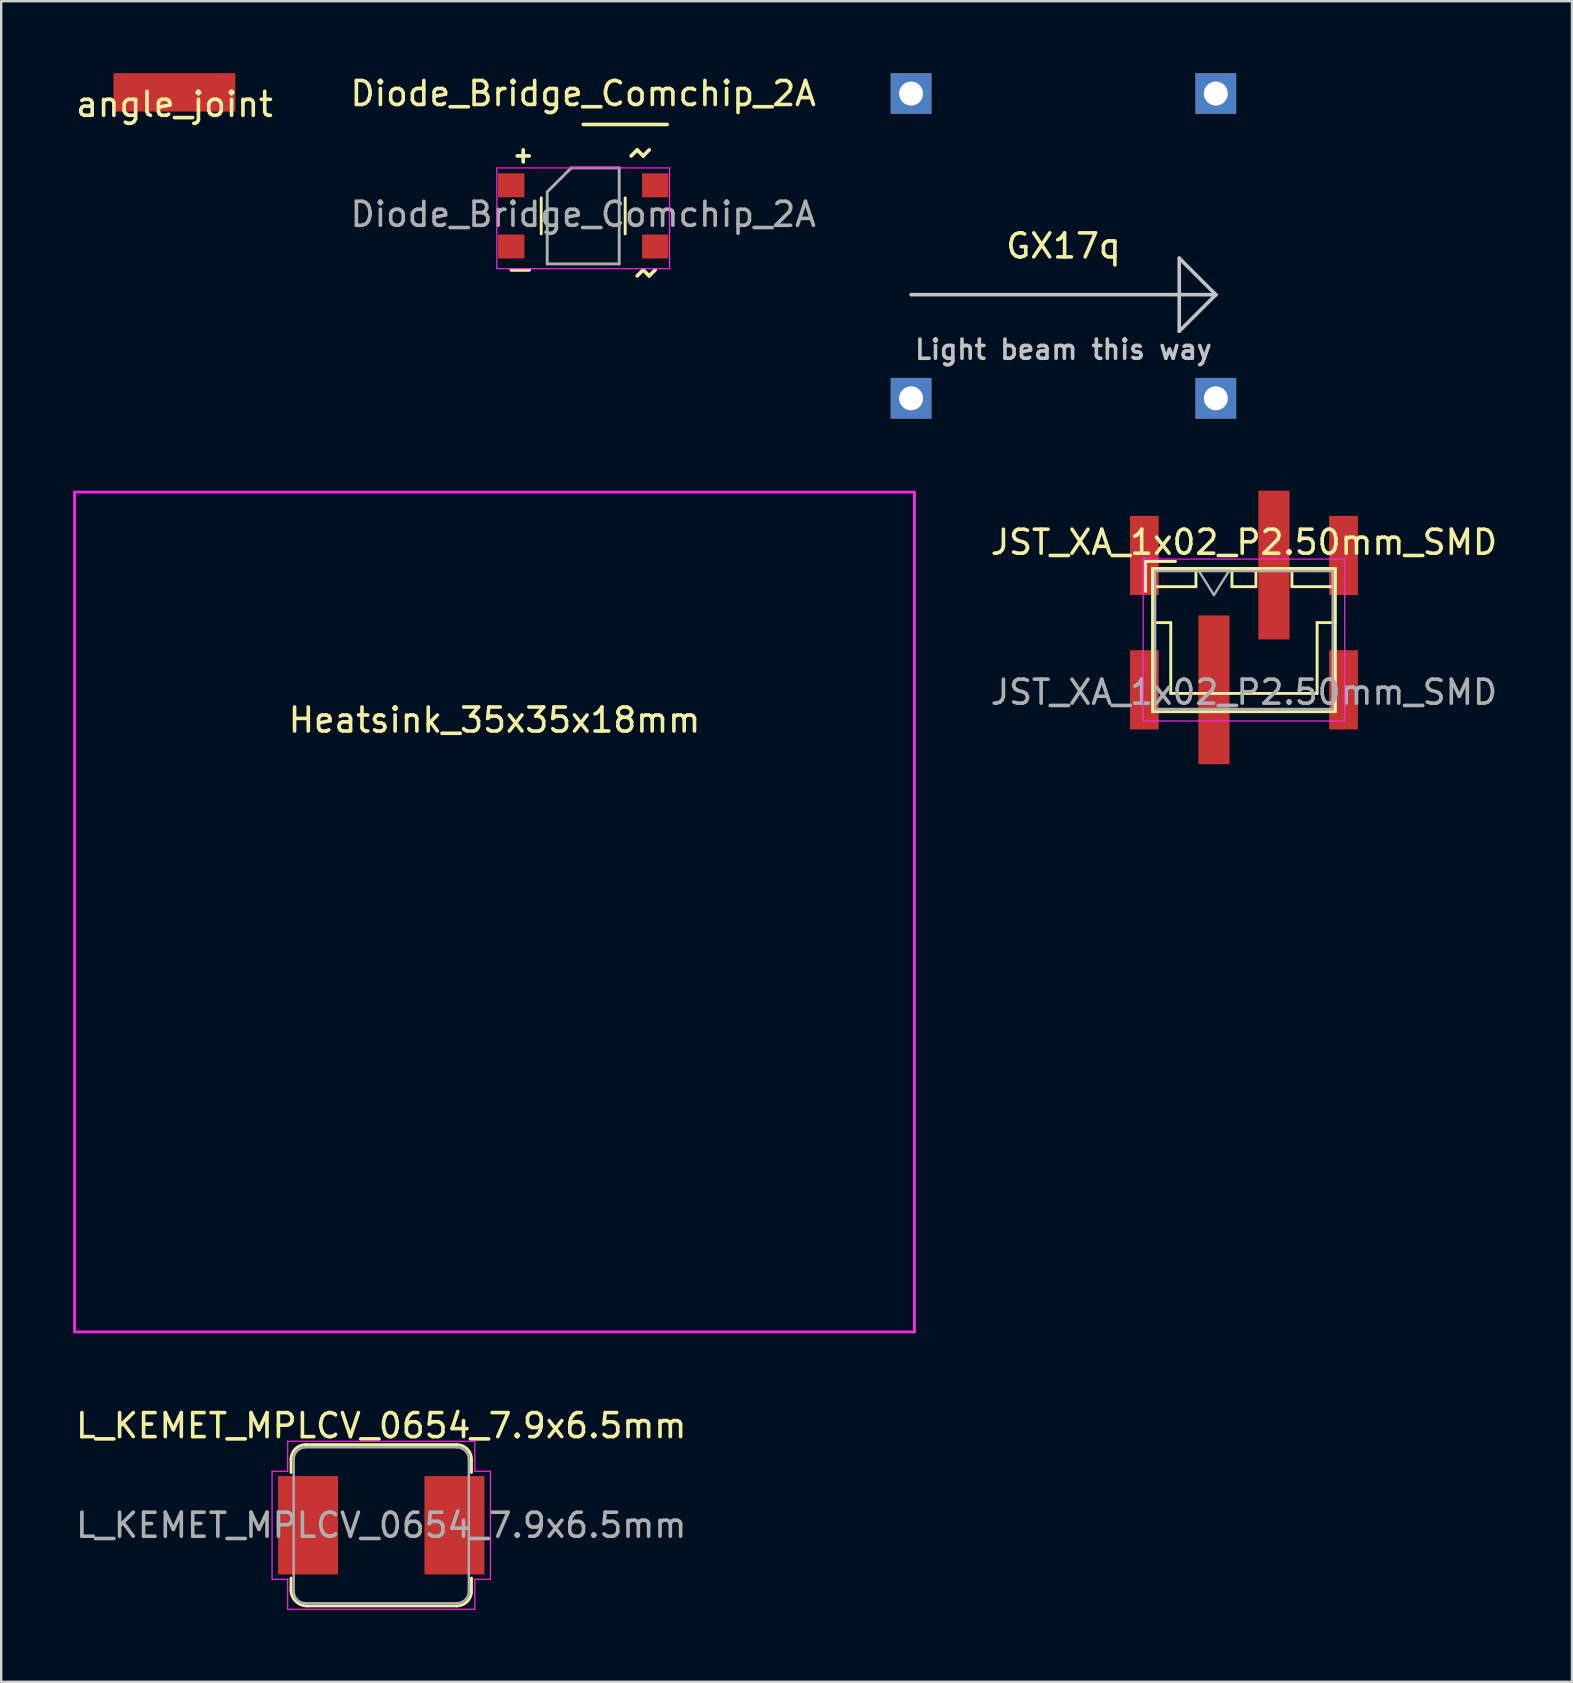
<source format=kicad_pcb>
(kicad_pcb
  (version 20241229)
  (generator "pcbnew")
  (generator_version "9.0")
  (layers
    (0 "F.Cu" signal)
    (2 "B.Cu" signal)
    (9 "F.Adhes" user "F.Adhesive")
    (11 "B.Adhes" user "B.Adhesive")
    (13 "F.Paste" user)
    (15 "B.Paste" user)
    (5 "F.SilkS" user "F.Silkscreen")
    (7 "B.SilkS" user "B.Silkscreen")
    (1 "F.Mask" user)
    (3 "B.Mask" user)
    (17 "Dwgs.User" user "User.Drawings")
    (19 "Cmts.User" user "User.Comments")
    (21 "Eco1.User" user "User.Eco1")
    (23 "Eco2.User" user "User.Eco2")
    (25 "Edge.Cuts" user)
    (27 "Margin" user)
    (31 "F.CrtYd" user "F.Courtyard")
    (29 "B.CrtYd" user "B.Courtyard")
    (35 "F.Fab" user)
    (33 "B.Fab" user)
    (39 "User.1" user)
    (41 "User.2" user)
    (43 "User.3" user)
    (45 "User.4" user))
  (footprint "L_KEMET_MPLCV_0654_7.9x6.5mm"
    (layer "F.Cu")
    (at 12.839 60.518)
    (property "Reference" "L_KEMET_MPLCV_0654_7.9x6.5mm" (at 0 -4.15 0) (layer "F.SilkS") (effects (font (size 1 1) (thickness 0.15))))
    (attr smd)
    (fp_line (start -3.76 -2.2) (end -3.76 -2.75) (stroke (width 0.12) (type solid)) (layer "F.SilkS"))
    (fp_line (start -3.76 2.7) (end -3.76 2.2) (stroke (width 0.12) (type solid)) (layer "F.SilkS"))
    (fp_line (start -3.15 -3.36) (end 3.15 -3.36) (stroke (width 0.12) (type solid)) (layer "F.SilkS"))
    (fp_line (start 3.15 3.36) (end -3.1 3.36) (stroke (width 0.12) (type solid)) (layer "F.SilkS"))
    (fp_line (start 3.76 -2.75) (end 3.76 -2.2) (stroke (width 0.12) (type solid)) (layer "F.SilkS"))
    (fp_line (start 3.76 2.2) (end 3.76 2.75) (stroke (width 0.12) (type solid)) (layer "F.SilkS"))
    (fp_arc (start -3.76 -2.75) (mid -3.581335 -3.181335) (end -3.15 -3.36) (stroke (width 0.12) (type solid)) (layer "F.SilkS"))
    (fp_arc (start -3.1 3.36) (mid -3.56669 3.16669) (end -3.76 2.7) (stroke (width 0.12) (type solid)) (layer "F.SilkS"))
    (fp_arc (start 3.15 -3.36) (mid 3.581335 -3.181335) (end 3.76 -2.75) (stroke (width 0.12) (type solid)) (layer "F.SilkS"))
    (fp_arc (start 3.76 2.75) (mid 3.581335 3.181335) (end 3.15 3.36) (stroke (width 0.12) (type solid)) (layer "F.SilkS"))
    (fp_line (start -4.55 -2.25) (end -3.9 -2.25) (stroke (width 0.05) (type solid)) (layer "F.CrtYd"))
    (fp_line (start -4.55 2.25) (end -4.55 -2.25) (stroke (width 0.05) (type solid)) (layer "F.CrtYd"))
    (fp_line (start -3.9 -3.5) (end 3.9 -3.5) (stroke (width 0.05) (type solid)) (layer "F.CrtYd"))
    (fp_line (start -3.9 -2.25) (end -3.9 -3.5) (stroke (width 0.05) (type solid)) (layer "F.CrtYd"))
    (fp_line (start -3.9 2.25) (end -4.55 2.25) (stroke (width 0.05) (type solid)) (layer "F.CrtYd"))
    (fp_line (start -3.9 3.5) (end -3.9 2.25) (stroke (width 0.05) (type solid)) (layer "F.CrtYd"))
    (fp_line (start 3.9 -3.5) (end 3.9 -2.25) (stroke (width 0.05) (type solid)) (layer "F.CrtYd"))
    (fp_line (start 3.9 -2.25) (end 4.55 -2.25) (stroke (width 0.05) (type solid)) (layer "F.CrtYd"))
    (fp_line (start 3.9 2.25) (end 3.9 3.5) (stroke (width 0.05) (type solid)) (layer "F.CrtYd"))
    (fp_line (start 3.9 3.5) (end -3.9 3.5) (stroke (width 0.05) (type solid)) (layer "F.CrtYd"))
    (fp_line (start 4.55 -2.25) (end 4.55 2.25) (stroke (width 0.05) (type solid)) (layer "F.CrtYd"))
    (fp_line (start 4.55 2.25) (end 3.9 2.25) (stroke (width 0.05) (type solid)) (layer "F.CrtYd"))
    (fp_line (start -3.65 2.75) (end -3.65 -2.75) (stroke (width 0.1) (type solid)) (layer "F.Fab"))
    (fp_line (start -3.15 -3.25) (end 3.15 -3.25) (stroke (width 0.1) (type solid)) (layer "F.Fab"))
    (fp_line (start 3.15 3.25) (end -3.15 3.25) (stroke (width 0.1) (type solid)) (layer "F.Fab"))
    (fp_line (start 3.65 -2.75) (end 3.65 2.75) (stroke (width 0.1) (type solid)) (layer "F.Fab"))
    (fp_arc (start -3.65 -2.75) (mid -3.503553 -3.103553) (end -3.15 -3.25) (stroke (width 0.1) (type solid)) (layer "F.Fab"))
    (fp_arc (start -3.15 3.25) (mid -3.503553 3.103553) (end -3.65 2.75) (stroke (width 0.1) (type solid)) (layer "F.Fab"))
    (fp_arc (start 3.15 -3.25) (mid 3.503553 -3.103553) (end 3.65 -2.75) (stroke (width 0.1) (type solid)) (layer "F.Fab"))
    (fp_arc (start 3.65 2.75) (mid 3.503553 3.103553) (end 3.15 3.25) (stroke (width 0.1) (type solid)) (layer "F.Fab"))
    (fp_text user "${REFERENCE}" (at 0 0 0) (layer "F.Fab") (effects (font (size 1 1) (thickness 0.15))))
    (pad "1" smd rect (at -3.05 0) (size 2.5 4.1) (layers "F.Cu" "F.Mask" "F.Paste"))
    (pad "2" smd rect (at 3.05 0) (size 2.5 4.1) (layers "F.Cu" "F.Mask" "F.Paste")))
  (footprint "JST_XA_1x02_P2.50mm_SMD"
    (layer "F.Cu")
    (at 47.543 23.1)
    (property "Reference" "JST_XA_1x02_P2.50mm_SMD" (at 1.25 -3.55 0) (layer "F.SilkS") (effects (font (size 1 1) (thickness 0.15))))
    (attr smd)
    (fp_line (start -2.85 -2.75) (end -2.85 -1.5) (stroke (width 0.12) (type solid)) (layer "F.SilkS"))
    (fp_line (start -2.56 -2.46) (end -2.56 3.51) (stroke (width 0.12) (type solid)) (layer "F.SilkS"))
    (fp_line (start -2.56 3.51) (end 5.06 3.51) (stroke (width 0.12) (type solid)) (layer "F.SilkS"))
    (fp_line (start -2.55 -2.45) (end -2.55 -1.7) (stroke (width 0.12) (type solid)) (layer "F.SilkS"))
    (fp_line (start -2.55 -1.7) (end -0.75 -1.7) (stroke (width 0.12) (type solid)) (layer "F.SilkS"))
    (fp_line (start -2.55 -0.2) (end -1.8 -0.2) (stroke (width 0.12) (type solid)) (layer "F.SilkS"))
    (fp_line (start -1.8 -0.2) (end -1.8 2.75) (stroke (width 0.12) (type solid)) (layer "F.SilkS"))
    (fp_line (start -1.6 -2.75) (end -2.85 -2.75) (stroke (width 0.12) (type solid)) (layer "F.SilkS"))
    (fp_line (start -0.75 -2.45) (end -2.55 -2.45) (stroke (width 0.12) (type solid)) (layer "F.SilkS"))
    (fp_line (start -0.75 -1.7) (end -0.75 -2.45) (stroke (width 0.12) (type solid)) (layer "F.SilkS"))
    (fp_line (start 0.75 -2.45) (end 0.75 -1.7) (stroke (width 0.12) (type solid)) (layer "F.SilkS"))
    (fp_line (start 0.75 -1.7) (end 1.75 -1.7) (stroke (width 0.12) (type solid)) (layer "F.SilkS"))
    (fp_line (start 1.25 2.75) (end -1.8 2.75) (stroke (width 0.12) (type solid)) (layer "F.SilkS"))
    (fp_line (start 1.75 -2.45) (end 0.75 -2.45) (stroke (width 0.12) (type solid)) (layer "F.SilkS"))
    (fp_line (start 1.75 -1.7) (end 1.75 -2.45) (stroke (width 0.12) (type solid)) (layer "F.SilkS"))
    (fp_line (start 3.25 -2.45) (end 3.25 -1.7) (stroke (width 0.12) (type solid)) (layer "F.SilkS"))
    (fp_line (start 3.25 -1.7) (end 5.05 -1.7) (stroke (width 0.12) (type solid)) (layer "F.SilkS"))
    (fp_line (start 4.3 -0.2) (end 4.3 2.75) (stroke (width 0.12) (type solid)) (layer "F.SilkS"))
    (fp_line (start 4.3 2.75) (end 1.25 2.75) (stroke (width 0.12) (type solid)) (layer "F.SilkS"))
    (fp_line (start 5.05 -2.45) (end 3.25 -2.45) (stroke (width 0.12) (type solid)) (layer "F.SilkS"))
    (fp_line (start 5.05 -1.7) (end 5.05 -2.45) (stroke (width 0.12) (type solid)) (layer "F.SilkS"))
    (fp_line (start 5.05 -0.2) (end 4.3 -0.2) (stroke (width 0.12) (type solid)) (layer "F.SilkS"))
    (fp_line (start 5.06 -2.46) (end -2.56 -2.46) (stroke (width 0.12) (type solid)) (layer "F.SilkS"))
    (fp_line (start 5.06 3.51) (end 5.06 -2.46) (stroke (width 0.12) (type solid)) (layer "F.SilkS"))
    (fp_line (start -2.95 -2.85) (end -2.95 3.9) (stroke (width 0.05) (type solid)) (layer "F.CrtYd"))
    (fp_line (start -2.95 3.9) (end 5.45 3.9) (stroke (width 0.05) (type solid)) (layer "F.CrtYd"))
    (fp_line (start 5.45 -2.85) (end -2.95 -2.85) (stroke (width 0.05) (type solid)) (layer "F.CrtYd"))
    (fp_line (start 5.45 3.9) (end 5.45 -2.85) (stroke (width 0.05) (type solid)) (layer "F.CrtYd"))
    (fp_line (start -2.45 -2.35) (end -2.45 3.4) (stroke (width 0.1) (type solid)) (layer "F.Fab"))
    (fp_line (start -2.45 3.4) (end 4.95 3.4) (stroke (width 0.1) (type solid)) (layer "F.Fab"))
    (fp_line (start -0.625 -2.35) (end 0 -1.35) (stroke (width 0.1) (type solid)) (layer "F.Fab"))
    (fp_line (start 0 -1.35) (end 0.625 -2.35) (stroke (width 0.1) (type solid)) (layer "F.Fab"))
    (fp_line (start 4.95 -2.35) (end -2.45 -2.35) (stroke (width 0.1) (type solid)) (layer "F.Fab"))
    (fp_line (start 4.95 3.4) (end 4.95 -2.35) (stroke (width 0.1) (type solid)) (layer "F.Fab"))
    (fp_text user "${REFERENCE}" (at 1.25 2.7 0) (layer "F.Fab") (effects (font (size 1 1) (thickness 0.15))))
    (pad "" smd rect (at -2.9 -3 180) (size 1.2 3.3) (layers "F.Cu" "F.Mask" "F.Paste"))
    (pad "" smd rect (at -2.9 2.6) (size 1.2 3.3) (layers "F.Cu" "F.Mask" "F.Paste"))
    (pad "" smd rect (at 5.4 -3 180) (size 1.2 3.3) (layers "F.Cu" "F.Mask" "F.Paste"))
    (pad "" smd rect (at 5.4 2.6) (size 1.2 3.3) (layers "F.Cu" "F.Mask" "F.Paste"))
    (pad "1" smd rect (at 0 2.6) (size 1.3 6.2) (layers "F.Cu" "F.Mask" "F.Paste"))
    (pad "2" smd rect (at 2.5 -2.6) (size 1.3 6.2) (layers "F.Cu" "F.Mask" "F.Paste")))
  (footprint "Heatsink_35x35x18mm"
    (layer "F.Cu")
    (at 17.56 34.96)
    (property "Reference" "Heatsink_35x35x18mm" (at 0 -8 0) (layer "F.SilkS") (effects (font (size 1 1) (thickness 0.15))))
    (attr smd)
    (fp_line (start -17.5 -17.5) (end 17.5 -17.5) (stroke (width 0.12) (type solid)) (layer "F.CrtYd"))
    (fp_line (start -17.5 17.5) (end -17.5 -17.5) (stroke (width 0.12) (type solid)) (layer "F.CrtYd"))
    (fp_line (start 17.5 -17.5) (end 17.5 17.5) (stroke (width 0.12) (type solid)) (layer "F.CrtYd"))
    (fp_line (start 17.5 17.5) (end -17.5 17.5) (stroke (width 0.12) (type solid)) (layer "F.CrtYd")))
  (footprint "angle_joint"
    (layer "F.Cu")
    (at 4.22 0.8)
    (property "Reference" "angle_joint" (at 0 0.5 0) (layer "F.SilkS") (effects (font (size 1 1) (thickness 0.15))))
    (attr through_hole)
    (pad "1" smd rect (at 0 0) (size 5.08 1.6) (layers "F.Cu" "F.Mask" "F.Paste")))
  (footprint "Diode_Bridge_Comchip_2A"
    (layer "F.Cu")
    (at 21.256 5.948)
    (property "Reference" "Diode_Bridge_Comchip_2A" (at 0 -5.1 0) (layer "F.SilkS") (effects (font (size 1 1) (thickness 0.15))))
    (attr smd)
    (fp_line (start -3 2.25) (end -2.25 2.25) (stroke (width 0.152) (type solid)) (layer "F.SilkS"))
    (fp_line (start -2.75 -2.5) (end -2.25 -2.5) (stroke (width 0.152) (type solid)) (layer "F.SilkS"))
    (fp_line (start -2.5 -2.75) (end -2.5 -2.25) (stroke (width 0.152) (type solid)) (layer "F.SilkS"))
    (fp_line (start -1.75 -0.75) (end -1.75 0.75) (stroke (width 0.12) (type solid)) (layer "F.SilkS"))
    (fp_line (start 0 -3.81) (end 3.5 -3.81) (stroke (width 0.15) (type solid)) (layer "F.SilkS"))
    (fp_line (start 1.75 -0.75) (end 1.75 0.75) (stroke (width 0.12) (type solid)) (layer "F.SilkS"))
    (fp_line (start 2 -2.5) (end 2.25 -2.75) (stroke (width 0.152) (type solid)) (layer "F.SilkS"))
    (fp_line (start 2.25 -2.75) (end 2.5 -2.5) (stroke (width 0.152) (type solid)) (layer "F.SilkS"))
    (fp_line (start 2.25 2.5) (end 2.5 2.25) (stroke (width 0.152) (type solid)) (layer "F.SilkS"))
    (fp_line (start 2.5 -2.5) (end 2.75 -2.75) (stroke (width 0.152) (type solid)) (layer "F.SilkS"))
    (fp_line (start 2.5 2.25) (end 2.75 2.5) (stroke (width 0.152) (type solid)) (layer "F.SilkS"))
    (fp_line (start 2.75 2.5) (end 3 2.25) (stroke (width 0.152) (type solid)) (layer "F.SilkS"))
    (fp_line (start -3.6 -2) (end -3.6 2.2) (stroke (width 0.05) (type solid)) (layer "F.CrtYd"))
    (fp_line (start -3.6 -2) (end 3.6 -2) (stroke (width 0.05) (type solid)) (layer "F.CrtYd"))
    (fp_line (start 3.6 2.2) (end -3.6 2.2) (stroke (width 0.05) (type solid)) (layer "F.CrtYd"))
    (fp_line (start 3.6 2.2) (end 3.6 -2) (stroke (width 0.05) (type solid)) (layer "F.CrtYd"))
    (fp_line (start -1.5 -1) (end -0.5 -2) (stroke (width 0.12) (type solid)) (layer "F.Fab"))
    (fp_line (start -1.5 2) (end -1.5 -1) (stroke (width 0.12) (type solid)) (layer "F.Fab"))
    (fp_line (start -0.5 -2) (end 1.5 -2) (stroke (width 0.12) (type solid)) (layer "F.Fab"))
    (fp_line (start 1.5 -2) (end 1.5 2) (stroke (width 0.12) (type solid)) (layer "F.Fab"))
    (fp_line (start 1.5 2) (end -1.5 2) (stroke (width 0.12) (type solid)) (layer "F.Fab"))
    (fp_text user "${REFERENCE}" (at 0 -0.065 0) (layer "F.Fab") (effects (font (size 1 1) (thickness 0.15))))
    (pad "1" smd rect (at -3 -1.275) (size 1.1 1) (layers "F.Cu" "F.Mask" "F.Paste"))
    (pad "2" smd rect (at -3 1.275) (size 1.1 1) (layers "F.Cu" "F.Mask" "F.Paste"))
    (pad "3" smd rect (at 3 1.275) (size 1.1 1) (layers "F.Cu" "F.Mask" "F.Paste"))
    (pad "4" smd rect (at 3 -1.275) (size 1.1 1) (layers "F.Cu" "F.Mask" "F.Paste")))
  (footprint "GX17q"
    (layer "F.Cu")
    (at 41.271 7.2)
    (property "Reference" "GX17q" (at 0 0 0) (layer "F.SilkS") (effects (font (size 1 1) (thickness 0.15))))
    (attr through_hole)
    (fp_line (start -6.35 2.032) (end 6.35 2.032) (stroke (width 0.15) (type solid)) (layer "Dwgs.User"))
    (fp_line (start 4.826 0.508) (end 4.826 3.556) (stroke (width 0.15) (type solid)) (layer "Dwgs.User"))
    (fp_line (start 4.826 3.556) (end 6.35 2.032) (stroke (width 0.15) (type solid)) (layer "Dwgs.User"))
    (fp_line (start 6.35 2.032) (end 4.826 0.508) (stroke (width 0.15) (type solid)) (layer "Dwgs.User"))
    (fp_text user "Light beam this way" (at 0 4.318 0) (layer "Dwgs.User") (effects (font (size 0.8 0.8) (thickness 0.15))))
    (pad "" thru_hole rect (at 6.35 -6.35 90) (size 1.7 1.7) (drill 1) (layers "*.Cu" "*.Mask"))
    (pad "" thru_hole rect (at 6.35 6.35) (size 1.7 1.7) (drill 1) (layers "*.Cu" "*.Mask"))
    (pad "1" thru_hole rect (at -6.35 -6.35 180) (size 1.7 1.7) (drill 1) (layers "*.Cu" "*.Mask"))
    (pad "2" thru_hole rect (at -6.35 6.35 270) (size 1.7 1.7) (drill 1) (layers "*.Cu" "*.Mask")))
  (gr_rect
    (start -3 -3)
    (end 62.465 67.043)
    (stroke (width 0.1) (type default))
    (fill no)
    (layer "Edge.Cuts")))
</source>
